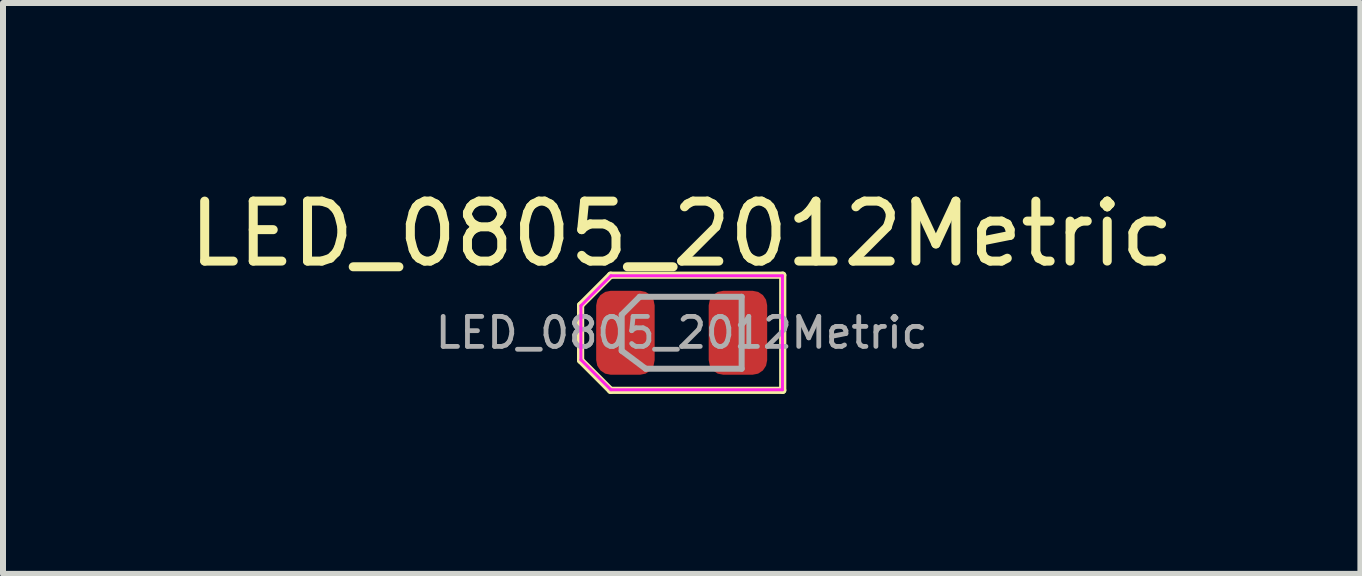
<source format=kicad_pcb>
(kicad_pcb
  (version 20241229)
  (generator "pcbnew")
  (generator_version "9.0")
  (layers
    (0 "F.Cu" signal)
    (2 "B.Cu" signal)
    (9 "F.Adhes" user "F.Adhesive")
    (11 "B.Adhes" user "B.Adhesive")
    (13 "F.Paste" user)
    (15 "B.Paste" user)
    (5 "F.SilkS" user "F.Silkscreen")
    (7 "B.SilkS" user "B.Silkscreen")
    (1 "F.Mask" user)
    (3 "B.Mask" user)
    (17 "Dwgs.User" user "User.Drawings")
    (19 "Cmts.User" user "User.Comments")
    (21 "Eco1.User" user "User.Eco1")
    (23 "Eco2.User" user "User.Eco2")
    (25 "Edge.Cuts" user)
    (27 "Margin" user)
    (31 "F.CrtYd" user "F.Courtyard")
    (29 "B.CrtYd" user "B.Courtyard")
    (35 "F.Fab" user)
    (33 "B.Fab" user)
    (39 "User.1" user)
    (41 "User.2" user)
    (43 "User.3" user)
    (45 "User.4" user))
  (footprint "LED_0805_2012Metric"
    (layer "F.Cu")
    (at 8.315 2.498)
    (property "Reference" "LED_0805_2012Metric" (at 0 -1.65 0) (layer "F.SilkS") (effects (font (size 1 1) (thickness 0.15))))
    (attr smd)
    (fp_line (start -1.685 -0.46) (end -1.685 0.46) (stroke (width 0.12) (type solid)) (layer "F.SilkS"))
    (fp_line (start -1.185 -0.96) (end -1.685 -0.46) (stroke (width 0.12) (type solid)) (layer "F.SilkS"))
    (fp_line (start -1.185 0.96) (end -1.685 0.46) (stroke (width 0.12) (type solid)) (layer "F.SilkS"))
    (fp_line (start -1.185 0.96) (end 1.685 0.96) (stroke (width 0.12) (type solid)) (layer "F.SilkS"))
    (fp_line (start 1.685 -0.96) (end -1.185 -0.96) (stroke (width 0.12) (type solid)) (layer "F.SilkS"))
    (fp_line (start 1.685 -0.96) (end 1.685 0.96) (stroke (width 0.12) (type solid)) (layer "F.SilkS"))
    (fp_line (start -1.68 0.45) (end -1.68 -0.45) (stroke (width 0.05) (type solid)) (layer "F.CrtYd"))
    (fp_line (start -1.68 0.45) (end -1.18 0.95) (stroke (width 0.05) (type solid)) (layer "F.CrtYd"))
    (fp_line (start -1.18 -0.95) (end -1.68 -0.45) (stroke (width 0.05) (type solid)) (layer "F.CrtYd"))
    (fp_line (start -1.18 -0.95) (end 1.68 -0.95) (stroke (width 0.05) (type solid)) (layer "F.CrtYd"))
    (fp_line (start 1.68 -0.95) (end 1.68 0.95) (stroke (width 0.05) (type solid)) (layer "F.CrtYd"))
    (fp_line (start 1.68 0.95) (end -1.18 0.95) (stroke (width 0.05) (type solid)) (layer "F.CrtYd"))
    (fp_line (start -1 -0.3) (end -1 0.3) (stroke (width 0.1) (type solid)) (layer "F.Fab"))
    (fp_line (start -1 0.3) (end -0.6 0.6) (stroke (width 0.1) (type solid)) (layer "F.Fab"))
    (fp_line (start -0.7 -0.6) (end -1 -0.3) (stroke (width 0.1) (type solid)) (layer "F.Fab"))
    (fp_line (start -0.6 0.6) (end 1 0.6) (stroke (width 0.1) (type solid)) (layer "F.Fab"))
    (fp_line (start 1 -0.6) (end -0.7 -0.6) (stroke (width 0.1) (type solid)) (layer "F.Fab"))
    (fp_line (start 1 0.6) (end 1 -0.6) (stroke (width 0.1) (type solid)) (layer "F.Fab"))
    (fp_text user "${REFERENCE}" (at 0 0 0) (layer "F.Fab") (effects (font (size 0.5 0.5) (thickness 0.08))))
    (pad "1" smd roundrect (at 0.938 0) (size 0.975 1.4) (layers "F.Cu" "F.Mask" "F.Paste") (roundrect_rratio 0.25))
    (pad "2" smd roundrect (at -0.938 0) (size 0.975 1.4) (layers "F.Cu" "F.Mask" "F.Paste") (roundrect_rratio 0.25)))
  (gr_rect
    (start -3 -3)
    (end 19.631 6.518)
    (stroke (width 0.1) (type default))
    (fill no)
    (layer "Edge.Cuts")))
</source>
